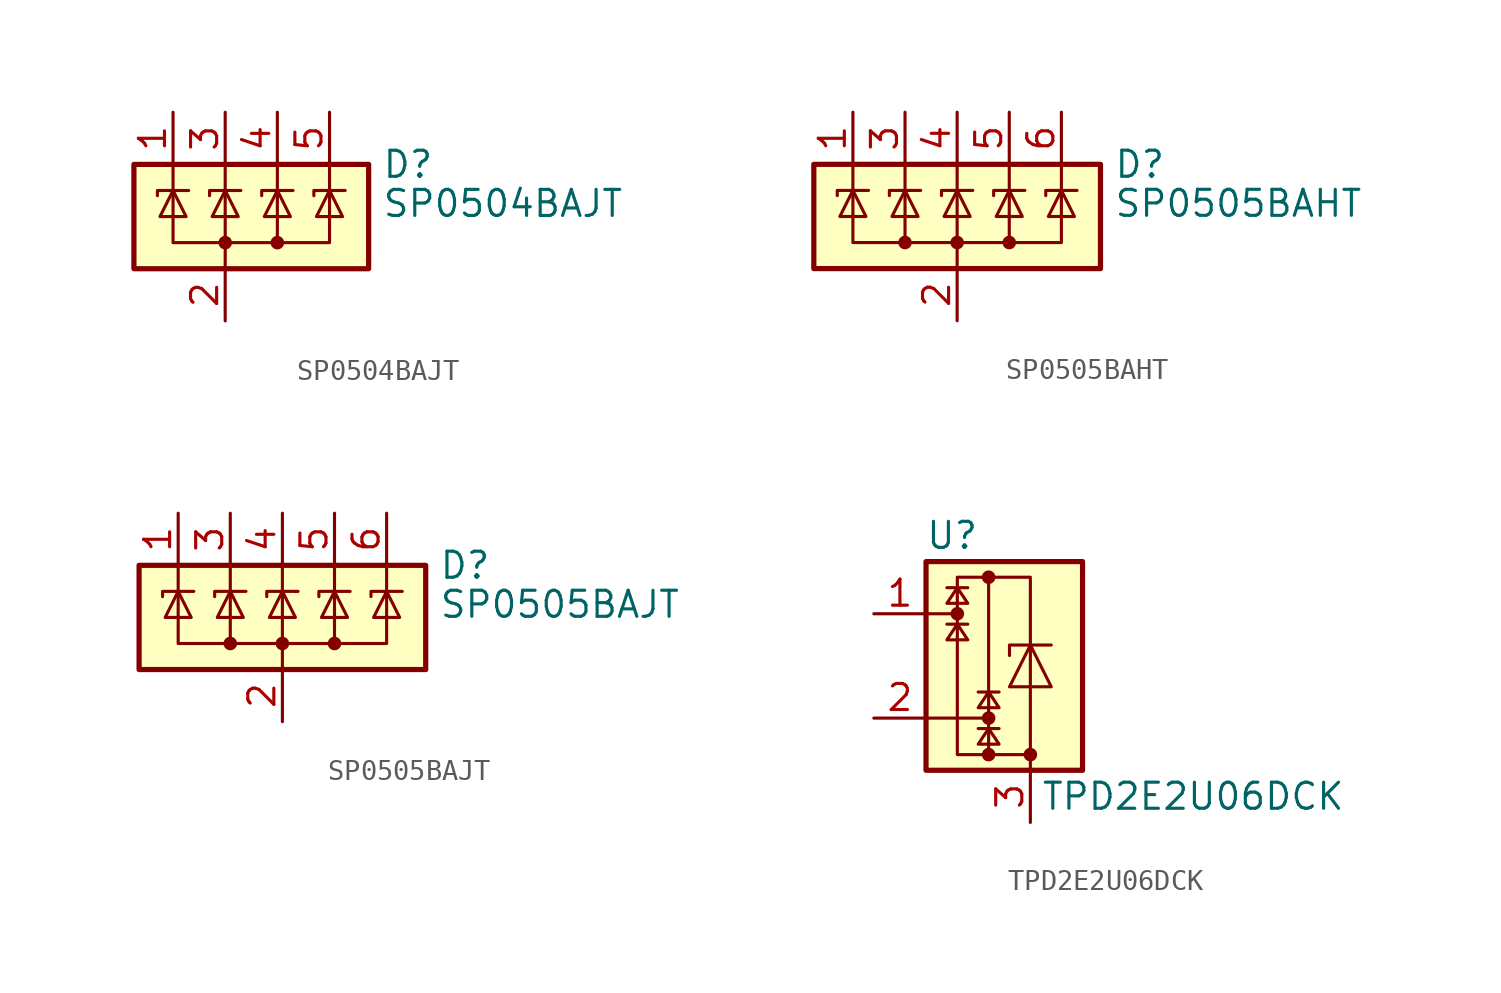
<source format=kicad_sym>
(kicad_symbol_lib
  (version 20241209)
  (generator "kicad_symbol_editor")
  (generator_version "9.0")
  (symbol "SP0504BAJT"
    (pin_names
      (hide yes))
    (property "Reference" "D"
      (at 7.62 2.54 0)
      (effects (font (size 1.27 1.27)) (justify left)))
    (property "Value" "SP0504BAJT"
      (at 7.62 0.635 0)
      (effects (font (size 1.27 1.27)) (justify left)))
    (symbol "SP0504BAJT_0_0"
      (pin passive line (at 0 -5.08 90) (length 2.54) (name "A" (effects (font (size 1.27 1.27)))) (number "2" (effects (font (size 1.27 1.27))))))
    (symbol "SP0504BAJT_0_1"
      (rectangle (start -4.445 2.54) (end 6.985 -2.54) (stroke (width 0.254) (type default)) (fill (type background)))
      (polyline (pts (xy -3.302 1.016) (xy -3.302 1.27) (xy -1.905 1.27) (xy -1.778 1.27)) (stroke (width 0) (type default)) (fill (type none)))
      (polyline (pts (xy -2.54 2.54) (xy -2.54 1.27)) (stroke (width 0) (type default)) (fill (type none)))
      (polyline (pts (xy -2.54 1.27) (xy -2.54 -1.27) (xy 2.54 -1.27) (xy 2.54 1.27)) (stroke (width 0) (type default)) (fill (type none)))
      (polyline (pts (xy -2.54 1.27) (xy -1.905 0) (xy -3.175 0) (xy -2.54 1.27)) (stroke (width 0) (type default)) (fill (type none)))
      (polyline (pts (xy 0 2.54) (xy 0 1.27)) (stroke (width 0) (type default)) (fill (type none)))
      (polyline (pts (xy 0 -1.27) (xy 0 1.27)) (stroke (width 0) (type default)) (fill (type none)))
      (polyline (pts (xy 0 -1.27) (xy 0 -2.54)) (stroke (width 0) (type default)) (fill (type none)))
      (circle (center 0 -1.27) (radius 0.254) (stroke (width 0) (type default)) (fill (type outline)))
      (polyline (pts (xy 0.635 1.27) (xy 0.762 1.27)) (stroke (width 0) (type default)) (fill (type none)))
      (polyline (pts (xy 0.635 1.27) (xy -0.762 1.27) (xy -0.762 1.016)) (stroke (width 0) (type default)) (fill (type none)))
      (polyline (pts (xy 0.635 0) (xy -0.635 0) (xy 0 1.27) (xy 0.635 0)) (stroke (width 0) (type default)) (fill (type none)))
      (polyline (pts (xy 1.778 1.016) (xy 1.778 1.27) (xy 3.175 1.27) (xy 3.302 1.27)) (stroke (width 0) (type default)) (fill (type none)))
      (polyline (pts (xy 2.54 2.54) (xy 2.54 1.27)) (stroke (width 0) (type default)) (fill (type none)))
      (polyline (pts (xy 2.54 1.27) (xy 1.905 0) (xy 3.175 0) (xy 2.54 1.27)) (stroke (width 0) (type default)) (fill (type none)))
      (circle (center 2.54 -1.27) (radius 0.254) (stroke (width 0) (type default)) (fill (type outline)))
      (polyline (pts (xy 4.318 1.016) (xy 4.318 1.27) (xy 5.715 1.27) (xy 5.842 1.27)) (stroke (width 0) (type default)) (fill (type none)))
      (polyline (pts (xy 5.08 2.54) (xy 5.08 1.27)) (stroke (width 0) (type default)) (fill (type none)))
      (polyline (pts (xy 5.08 1.27) (xy 5.08 -1.27) (xy 2.54 -1.27)) (stroke (width 0) (type default)) (fill (type none)))
      (polyline (pts (xy 5.08 1.27) (xy 4.445 0) (xy 5.715 0) (xy 5.08 1.27)) (stroke (width 0) (type default)) (fill (type none))))
    (symbol "SP0504BAJT_1_1"
      (pin passive line (at -2.54 5.08 270) (length 2.54) (name "K" (effects (font (size 1.27 1.27)))) (number "1" (effects (font (size 1.27 1.27)))))
      (pin passive line (at 0 5.08 270) (length 2.54) (name "K" (effects (font (size 1.27 1.27)))) (number "3" (effects (font (size 1.27 1.27)))))
      (pin passive line (at 2.54 5.08 270) (length 2.54) (name "K" (effects (font (size 1.27 1.27)))) (number "4" (effects (font (size 1.27 1.27)))))
      (pin passive line (at 5.08 5.08 270) (length 2.54) (name "K" (effects (font (size 1.27 1.27)))) (number "5" (effects (font (size 1.27 1.27)))))))
  (symbol "SP0505BAHT"
    (pin_names
      (hide yes))
    (property "Reference" "D"
      (at 7.62 2.54 0)
      (effects (font (size 1.27 1.27)) (justify left)))
    (property "Value" "SP0505BAHT"
      (at 7.62 0.635 0)
      (effects (font (size 1.27 1.27)) (justify left)))
    (symbol "SP0505BAHT_0_0"
      (pin passive line (at 0 -5.08 90) (length 2.54) (name "A" (effects (font (size 1.27 1.27)))) (number "2" (effects (font (size 1.27 1.27))))))
    (symbol "SP0505BAHT_0_1"
      (rectangle (start -6.985 2.54) (end 6.985 -2.54) (stroke (width 0.254) (type default)) (fill (type background)))
      (polyline (pts (xy -5.842 1.016) (xy -5.842 1.27) (xy -4.445 1.27) (xy -4.318 1.27)) (stroke (width 0) (type default)) (fill (type none)))
      (polyline (pts (xy -5.08 2.54) (xy -5.08 1.27)) (stroke (width 0) (type default)) (fill (type none)))
      (polyline (pts (xy -5.08 1.27) (xy -5.08 -1.27) (xy -2.54 -1.27)) (stroke (width 0) (type default)) (fill (type none)))
      (polyline (pts (xy -5.08 1.27) (xy -4.445 0) (xy -5.715 0) (xy -5.08 1.27)) (stroke (width 0) (type default)) (fill (type none)))
      (polyline (pts (xy -3.302 1.016) (xy -3.302 1.27) (xy -1.905 1.27) (xy -1.778 1.27)) (stroke (width 0) (type default)) (fill (type none)))
      (polyline (pts (xy -2.54 2.54) (xy -2.54 1.27)) (stroke (width 0) (type default)) (fill (type none)))
      (polyline (pts (xy -2.54 1.27) (xy -2.54 -1.27) (xy 2.54 -1.27) (xy 2.54 1.27)) (stroke (width 0) (type default)) (fill (type none)))
      (polyline (pts (xy -2.54 1.27) (xy -1.905 0) (xy -3.175 0) (xy -2.54 1.27)) (stroke (width 0) (type default)) (fill (type none)))
      (circle (center -2.54 -1.27) (radius 0.254) (stroke (width 0) (type default)) (fill (type outline)))
      (polyline (pts (xy 0 2.54) (xy 0 1.27)) (stroke (width 0) (type default)) (fill (type none)))
      (polyline (pts (xy 0 -1.27) (xy 0 1.27)) (stroke (width 0) (type default)) (fill (type none)))
      (polyline (pts (xy 0 -1.27) (xy 0 -2.54)) (stroke (width 0) (type default)) (fill (type none)))
      (circle (center 0 -1.27) (radius 0.254) (stroke (width 0) (type default)) (fill (type outline)))
      (polyline (pts (xy 0.635 1.27) (xy 0.762 1.27)) (stroke (width 0) (type default)) (fill (type none)))
      (polyline (pts (xy 0.635 1.27) (xy -0.762 1.27) (xy -0.762 1.016)) (stroke (width 0) (type default)) (fill (type none)))
      (polyline (pts (xy 0.635 0) (xy -0.635 0) (xy 0 1.27) (xy 0.635 0)) (stroke (width 0) (type default)) (fill (type none)))
      (polyline (pts (xy 1.778 1.016) (xy 1.778 1.27) (xy 3.175 1.27) (xy 3.302 1.27)) (stroke (width 0) (type default)) (fill (type none)))
      (polyline (pts (xy 2.54 2.54) (xy 2.54 1.27)) (stroke (width 0) (type default)) (fill (type none)))
      (polyline (pts (xy 2.54 1.27) (xy 1.905 0) (xy 3.175 0) (xy 2.54 1.27)) (stroke (width 0) (type default)) (fill (type none)))
      (circle (center 2.54 -1.27) (radius 0.254) (stroke (width 0) (type default)) (fill (type outline)))
      (polyline (pts (xy 4.318 1.016) (xy 4.318 1.27) (xy 5.715 1.27) (xy 5.842 1.27)) (stroke (width 0) (type default)) (fill (type none)))
      (polyline (pts (xy 5.08 2.54) (xy 5.08 1.27)) (stroke (width 0) (type default)) (fill (type none)))
      (polyline (pts (xy 5.08 1.27) (xy 5.08 -1.27) (xy 2.54 -1.27)) (stroke (width 0) (type default)) (fill (type none)))
      (polyline (pts (xy 5.08 1.27) (xy 4.445 0) (xy 5.715 0) (xy 5.08 1.27)) (stroke (width 0) (type default)) (fill (type none))))
    (symbol "SP0505BAHT_1_1"
      (pin passive line (at -5.08 5.08 270) (length 2.54) (name "K" (effects (font (size 1.27 1.27)))) (number "1" (effects (font (size 1.27 1.27)))))
      (pin passive line (at -2.54 5.08 270) (length 2.54) (name "K" (effects (font (size 1.27 1.27)))) (number "3" (effects (font (size 1.27 1.27)))))
      (pin passive line (at 0 5.08 270) (length 2.54) (name "K" (effects (font (size 1.27 1.27)))) (number "4" (effects (font (size 1.27 1.27)))))
      (pin passive line (at 2.54 5.08 270) (length 2.54) (name "K" (effects (font (size 1.27 1.27)))) (number "5" (effects (font (size 1.27 1.27)))))
      (pin passive line (at 5.08 5.08 270) (length 2.54) (name "K" (effects (font (size 1.27 1.27)))) (number "6" (effects (font (size 1.27 1.27)))))))
  (symbol "SP0505BAJT"
    (pin_names
      (hide yes))
    (property "Reference" "D"
      (at 7.62 2.54 0)
      (effects (font (size 1.27 1.27)) (justify left)))
    (property "Value" "SP0505BAJT"
      (at 7.62 0.635 0)
      (effects (font (size 1.27 1.27)) (justify left)))
    (symbol "SP0505BAJT_0_0"
      (pin passive line (at 0 -5.08 90) (length 2.54) (name "A" (effects (font (size 1.27 1.27)))) (number "2" (effects (font (size 1.27 1.27))))))
    (symbol "SP0505BAJT_0_1"
      (rectangle (start -6.985 2.54) (end 6.985 -2.54) (stroke (width 0.254) (type default)) (fill (type background)))
      (polyline (pts (xy -5.842 1.016) (xy -5.842 1.27) (xy -4.445 1.27) (xy -4.318 1.27)) (stroke (width 0) (type default)) (fill (type none)))
      (polyline (pts (xy -5.08 2.54) (xy -5.08 1.27)) (stroke (width 0) (type default)) (fill (type none)))
      (polyline (pts (xy -5.08 1.27) (xy -5.08 -1.27) (xy -2.54 -1.27)) (stroke (width 0) (type default)) (fill (type none)))
      (polyline (pts (xy -5.08 1.27) (xy -4.445 0) (xy -5.715 0) (xy -5.08 1.27)) (stroke (width 0) (type default)) (fill (type none)))
      (polyline (pts (xy -3.302 1.016) (xy -3.302 1.27) (xy -1.905 1.27) (xy -1.778 1.27)) (stroke (width 0) (type default)) (fill (type none)))
      (polyline (pts (xy -2.54 2.54) (xy -2.54 1.27)) (stroke (width 0) (type default)) (fill (type none)))
      (polyline (pts (xy -2.54 1.27) (xy -2.54 -1.27) (xy 2.54 -1.27) (xy 2.54 1.27)) (stroke (width 0) (type default)) (fill (type none)))
      (polyline (pts (xy -2.54 1.27) (xy -1.905 0) (xy -3.175 0) (xy -2.54 1.27)) (stroke (width 0) (type default)) (fill (type none)))
      (circle (center -2.54 -1.27) (radius 0.254) (stroke (width 0) (type default)) (fill (type outline)))
      (polyline (pts (xy 0 2.54) (xy 0 1.27)) (stroke (width 0) (type default)) (fill (type none)))
      (polyline (pts (xy 0 -1.27) (xy 0 1.27)) (stroke (width 0) (type default)) (fill (type none)))
      (polyline (pts (xy 0 -1.27) (xy 0 -2.54)) (stroke (width 0) (type default)) (fill (type none)))
      (circle (center 0 -1.27) (radius 0.254) (stroke (width 0) (type default)) (fill (type outline)))
      (polyline (pts (xy 0.635 1.27) (xy 0.762 1.27)) (stroke (width 0) (type default)) (fill (type none)))
      (polyline (pts (xy 0.635 1.27) (xy -0.762 1.27) (xy -0.762 1.016)) (stroke (width 0) (type default)) (fill (type none)))
      (polyline (pts (xy 0.635 0) (xy -0.635 0) (xy 0 1.27) (xy 0.635 0)) (stroke (width 0) (type default)) (fill (type none)))
      (polyline (pts (xy 1.778 1.016) (xy 1.778 1.27) (xy 3.175 1.27) (xy 3.302 1.27)) (stroke (width 0) (type default)) (fill (type none)))
      (polyline (pts (xy 2.54 2.54) (xy 2.54 1.27)) (stroke (width 0) (type default)) (fill (type none)))
      (polyline (pts (xy 2.54 1.27) (xy 1.905 0) (xy 3.175 0) (xy 2.54 1.27)) (stroke (width 0) (type default)) (fill (type none)))
      (circle (center 2.54 -1.27) (radius 0.254) (stroke (width 0) (type default)) (fill (type outline)))
      (polyline (pts (xy 4.318 1.016) (xy 4.318 1.27) (xy 5.715 1.27) (xy 5.842 1.27)) (stroke (width 0) (type default)) (fill (type none)))
      (polyline (pts (xy 5.08 2.54) (xy 5.08 1.27)) (stroke (width 0) (type default)) (fill (type none)))
      (polyline (pts (xy 5.08 1.27) (xy 5.08 -1.27) (xy 2.54 -1.27)) (stroke (width 0) (type default)) (fill (type none)))
      (polyline (pts (xy 5.08 1.27) (xy 4.445 0) (xy 5.715 0) (xy 5.08 1.27)) (stroke (width 0) (type default)) (fill (type none))))
    (symbol "SP0505BAJT_1_1"
      (pin passive line (at -5.08 5.08 270) (length 2.54) (name "K" (effects (font (size 1.27 1.27)))) (number "1" (effects (font (size 1.27 1.27)))))
      (pin passive line (at -2.54 5.08 270) (length 2.54) (name "K" (effects (font (size 1.27 1.27)))) (number "3" (effects (font (size 1.27 1.27)))))
      (pin passive line (at 0 5.08 270) (length 2.54) (name "K" (effects (font (size 1.27 1.27)))) (number "4" (effects (font (size 1.27 1.27)))))
      (pin passive line (at 2.54 5.08 270) (length 2.54) (name "K" (effects (font (size 1.27 1.27)))) (number "5" (effects (font (size 1.27 1.27)))))
      (pin passive line (at 5.08 5.08 270) (length 2.54) (name "K" (effects (font (size 1.27 1.27)))) (number "6" (effects (font (size 1.27 1.27)))))))
  (symbol "TPD2E2U06DCK"
    (property "Reference" "U"
      (at -3.81 6.35 0)
      (effects (font (size 1.27 1.27))))
    (property "Value" "TPD2E2U06DCK"
      (at 0.508 -6.35 0)
      (effects (font (size 1.27 1.27)) (justify left)))
    (symbol "TPD2E2U06DCK_0_1"
      (rectangle (start -5.08 5.08) (end 2.54 -5.08) (stroke (width 0.254) (type default)) (fill (type background)))
      (rectangle (start -3.556 4.318) (end 0 -4.318) (stroke (width 0) (type default)) (fill (type none)))
      (polyline (pts (xy -3.556 3.81) (xy -4.064 3.048) (xy -3.048 3.048) (xy -3.556 3.81)) (stroke (width 0) (type default)) (fill (type none)))
      (circle (center -3.556 2.54) (radius 0.254) (stroke (width 0) (type default)) (fill (type outline)))
      (polyline (pts (xy -3.556 2.54) (xy -5.08 2.54)) (stroke (width 0) (type default)) (fill (type none)))
      (polyline (pts (xy -3.556 2.032) (xy -4.064 1.27) (xy -3.048 1.27) (xy -3.556 2.032)) (stroke (width 0) (type default)) (fill (type none)))
      (polyline (pts (xy -3.048 3.81) (xy -4.064 3.81)) (stroke (width 0) (type default)) (fill (type none)))
      (polyline (pts (xy -3.048 2.032) (xy -4.064 2.032)) (stroke (width 0) (type default)) (fill (type none)))
      (circle (center -2.032 4.318) (radius 0.254) (stroke (width 0) (type default)) (fill (type outline)))
      (polyline (pts (xy -2.032 -1.27) (xy -2.54 -2.032) (xy -1.524 -2.032) (xy -2.032 -1.27)) (stroke (width 0) (type default)) (fill (type none)))
      (circle (center -2.032 -2.54) (radius 0.254) (stroke (width 0) (type default)) (fill (type outline)))
      (polyline (pts (xy -2.032 -2.54) (xy -5.08 -2.54)) (stroke (width 0) (type default)) (fill (type none)))
      (polyline (pts (xy -2.032 -3.048) (xy -2.54 -3.81) (xy -1.524 -3.81) (xy -2.032 -3.048)) (stroke (width 0) (type default)) (fill (type none)))
      (circle (center -2.032 -4.318) (radius 0.254) (stroke (width 0) (type default)) (fill (type outline)))
      (polyline (pts (xy -2.032 -4.318) (xy -2.032 4.318)) (stroke (width 0) (type default)) (fill (type none)))
      (polyline (pts (xy -1.524 -1.27) (xy -2.54 -1.27)) (stroke (width 0) (type default)) (fill (type none)))
      (polyline (pts (xy -1.524 -3.048) (xy -2.54 -3.048)) (stroke (width 0) (type default)) (fill (type none)))
      (polyline (pts (xy 0 1.016) (xy 1.016 -1.016) (xy -1.016 -1.016) (xy 0 1.016)) (stroke (width 0) (type default)) (fill (type none)))
      (polyline (pts (xy 0 -4.318) (xy 0 -5.08)) (stroke (width 0) (type default)) (fill (type none)))
      (circle (center 0 -4.318) (radius 0.254) (stroke (width 0) (type default)) (fill (type outline)))
      (polyline (pts (xy 1.016 1.016) (xy -1.016 1.016) (xy -1.016 0.508)) (stroke (width 0) (type default)) (fill (type none))))
    (symbol "TPD2E2U06DCK_1_1"
      (pin passive line (at -7.62 2.54 0) (length 2.54) (name "~" (effects (font (size 1.27 1.27)))) (number "1" (effects (font (size 1.27 1.27)))))
      (pin passive line (at -7.62 -2.54 0) (length 2.54) (name "~" (effects (font (size 1.27 1.27)))) (number "2" (effects (font (size 1.27 1.27)))))
      (pin passive line (at 0 -7.62 90) (length 2.54) (name "~" (effects (font (size 1.27 1.27)))) (number "3" (effects (font (size 1.27 1.27))))))))
</source>
